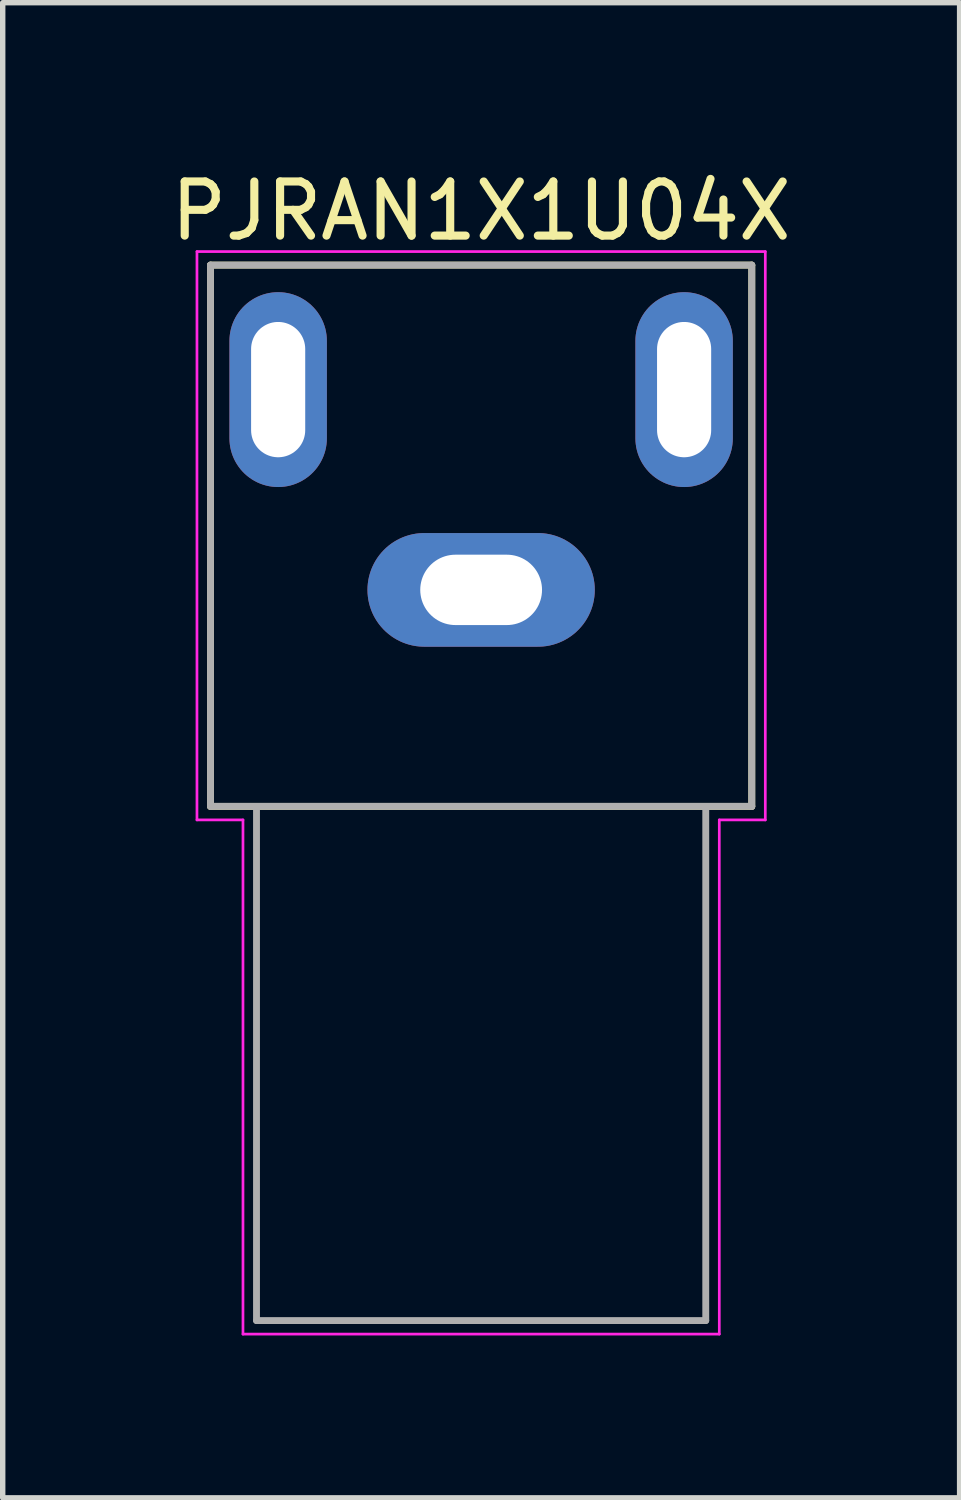
<source format=kicad_pcb>
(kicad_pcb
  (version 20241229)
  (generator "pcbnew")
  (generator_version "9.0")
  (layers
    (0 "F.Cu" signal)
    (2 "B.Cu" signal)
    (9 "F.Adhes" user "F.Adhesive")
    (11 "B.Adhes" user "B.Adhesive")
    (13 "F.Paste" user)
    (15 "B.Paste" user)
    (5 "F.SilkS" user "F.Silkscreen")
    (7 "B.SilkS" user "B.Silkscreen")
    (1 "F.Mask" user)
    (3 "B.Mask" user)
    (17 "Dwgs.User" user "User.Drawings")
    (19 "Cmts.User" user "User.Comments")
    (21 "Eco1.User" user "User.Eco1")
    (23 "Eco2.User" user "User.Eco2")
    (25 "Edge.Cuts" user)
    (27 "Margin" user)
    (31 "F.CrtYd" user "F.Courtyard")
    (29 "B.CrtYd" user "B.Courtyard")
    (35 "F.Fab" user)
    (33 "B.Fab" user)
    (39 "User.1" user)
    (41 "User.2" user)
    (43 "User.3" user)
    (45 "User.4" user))
  (footprint "PJRAN1X1U04X"
    (layer "F.Cu")
    (at 5.839 7.848)
    (property "Reference" "PJRAN1X1U04X" (at 0 -7 0) (layer "F.SilkS") (effects (font (size 1 1) (thickness 0.15))))
    (attr through_hole)
    (fp_line (start -5 -6) (end -5 4) (stroke (width 0.127) (type solid)) (layer "F.SilkS"))
    (fp_line (start -5 4) (end 5 4) (stroke (width 0.127) (type solid)) (layer "F.SilkS"))
    (fp_line (start 5 -6) (end -5 -6) (stroke (width 0.127) (type solid)) (layer "F.SilkS"))
    (fp_line (start 5 4) (end 5 -6) (stroke (width 0.127) (type solid)) (layer "F.SilkS"))
    (fp_line (start -5.25 -6.25) (end -5.25 4.25) (stroke (width 0.05) (type solid)) (layer "F.CrtYd"))
    (fp_line (start -5.25 4.25) (end -4.4 4.25) (stroke (width 0.05) (type solid)) (layer "F.CrtYd"))
    (fp_line (start -4.4 4.25) (end -4.4 13.75) (stroke (width 0.05) (type solid)) (layer "F.CrtYd"))
    (fp_line (start -4.4 13.75) (end 4.4 13.75) (stroke (width 0.05) (type solid)) (layer "F.CrtYd"))
    (fp_line (start 4.4 4.25) (end 5.25 4.25) (stroke (width 0.05) (type solid)) (layer "F.CrtYd"))
    (fp_line (start 4.4 13.75) (end 4.4 4.25) (stroke (width 0.05) (type solid)) (layer "F.CrtYd"))
    (fp_line (start 5.25 -6.25) (end -5.25 -6.25) (stroke (width 0.05) (type solid)) (layer "F.CrtYd"))
    (fp_line (start 5.25 4.25) (end 5.25 -6.25) (stroke (width 0.05) (type solid)) (layer "F.CrtYd"))
    (fp_line (start -5 -6) (end -5 4) (stroke (width 0.127) (type solid)) (layer "F.Fab"))
    (fp_line (start -5 4) (end -4.15 4) (stroke (width 0.127) (type solid)) (layer "F.Fab"))
    (fp_line (start -4.15 4) (end -4.15 13.5) (stroke (width 0.127) (type solid)) (layer "F.Fab"))
    (fp_line (start -4.15 4) (end 4.15 4) (stroke (width 0.127) (type solid)) (layer "F.Fab"))
    (fp_line (start -4.15 13.5) (end 4.15 13.5) (stroke (width 0.127) (type solid)) (layer "F.Fab"))
    (fp_line (start 4.15 4) (end 5 4) (stroke (width 0.127) (type solid)) (layer "F.Fab"))
    (fp_line (start 4.15 13.5) (end 4.15 4) (stroke (width 0.127) (type solid)) (layer "F.Fab"))
    (fp_line (start 5 -6) (end -5 -6) (stroke (width 0.127) (type solid)) (layer "F.Fab"))
    (fp_line (start 5 4) (end 5 -6) (stroke (width 0.127) (type solid)) (layer "F.Fab"))
    (pad "1" thru_hole oval (at -3.75 -3.7) (size 1.8 3.6) (drill oval 1 2.5) (layers "*.Cu" "*.Mask"))
    (pad "1" thru_hole oval (at 3.75 -3.7) (size 1.8 3.6) (drill oval 1 2.5) (layers "*.Cu" "*.Mask"))
    (pad "2" thru_hole oval (at 0 0) (size 4.2 2.1) (drill oval 2.25 1.3) (layers "*.Cu" "*.Mask")))
  (gr_rect
    (start -3 -3)
    (end 14.679 24.623)
    (stroke (width 0.1) (type default))
    (fill no)
    (layer "Edge.Cuts")))
</source>
